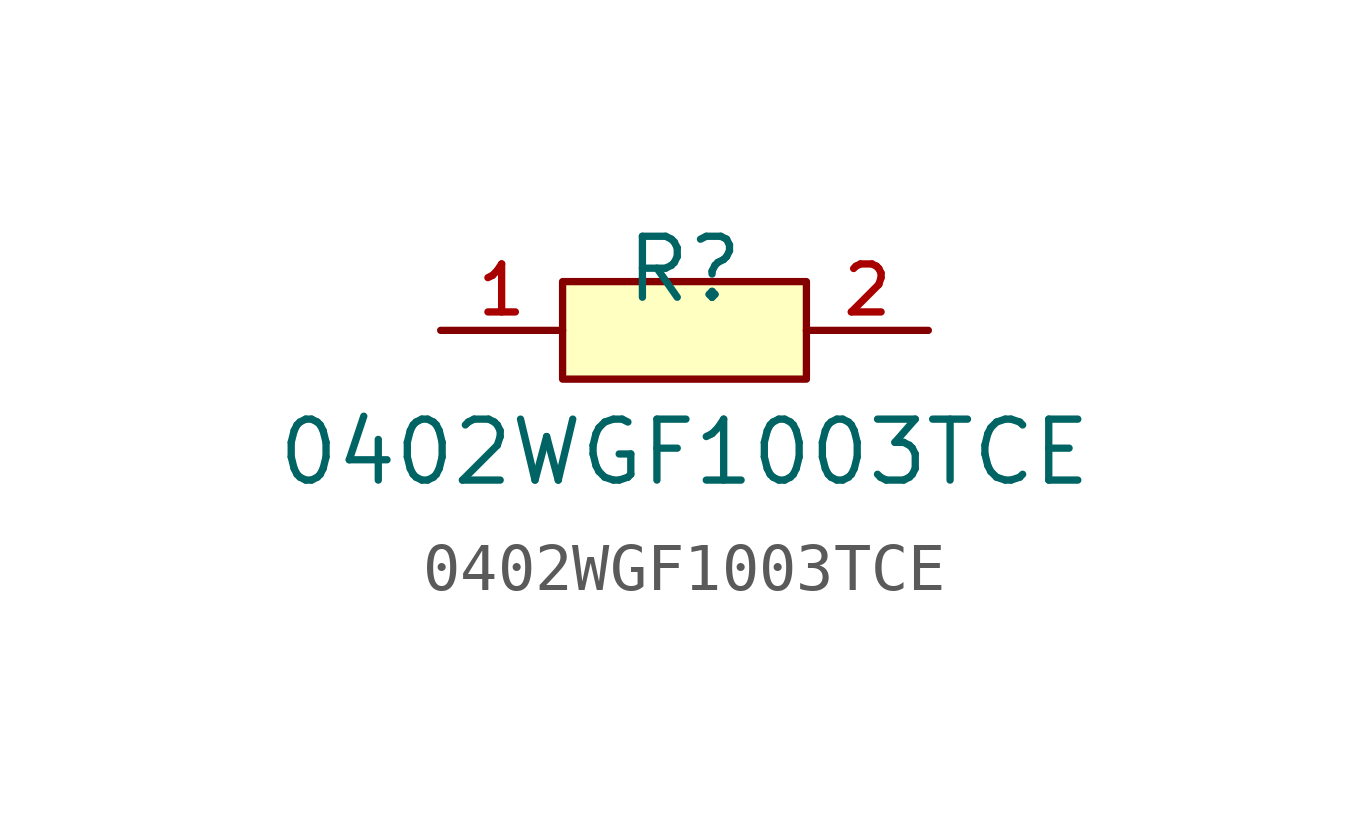
<source format=kicad_sym>
(kicad_symbol_lib
  (version 20220914)
  (generator kicad_symbol_editor)
  (symbol "0402WGF1003TCE"
    (pin_names hide)
    (property "Reference" "R"
      (at 0 1.27 0)
      (effects (font (size 1.27 1.27))))
    (property "Value" "0402WGF1003TCE"
      (at 0 -2.54 0)
      (effects (font (size 1.27 1.27))))
    (symbol "0402WGF1003TCE_0_1"
      (rectangle (start -2.54 1.016) (end 2.54 -1.016) (stroke (width 0) (type default)) (fill (type background))))
    (symbol "0402WGF1003TCE_1_1"
      (pin passive line (at -5.08 0 0) (length 2.54) (name "1" (effects (font (size 1 1)))) (number "1" (effects (font (size 1 1)))))
      (pin passive line (at 5.08 0 180) (length 2.54) (name "2" (effects (font (size 1 1)))) (number "2" (effects (font (size 1 1))))))))
</source>
